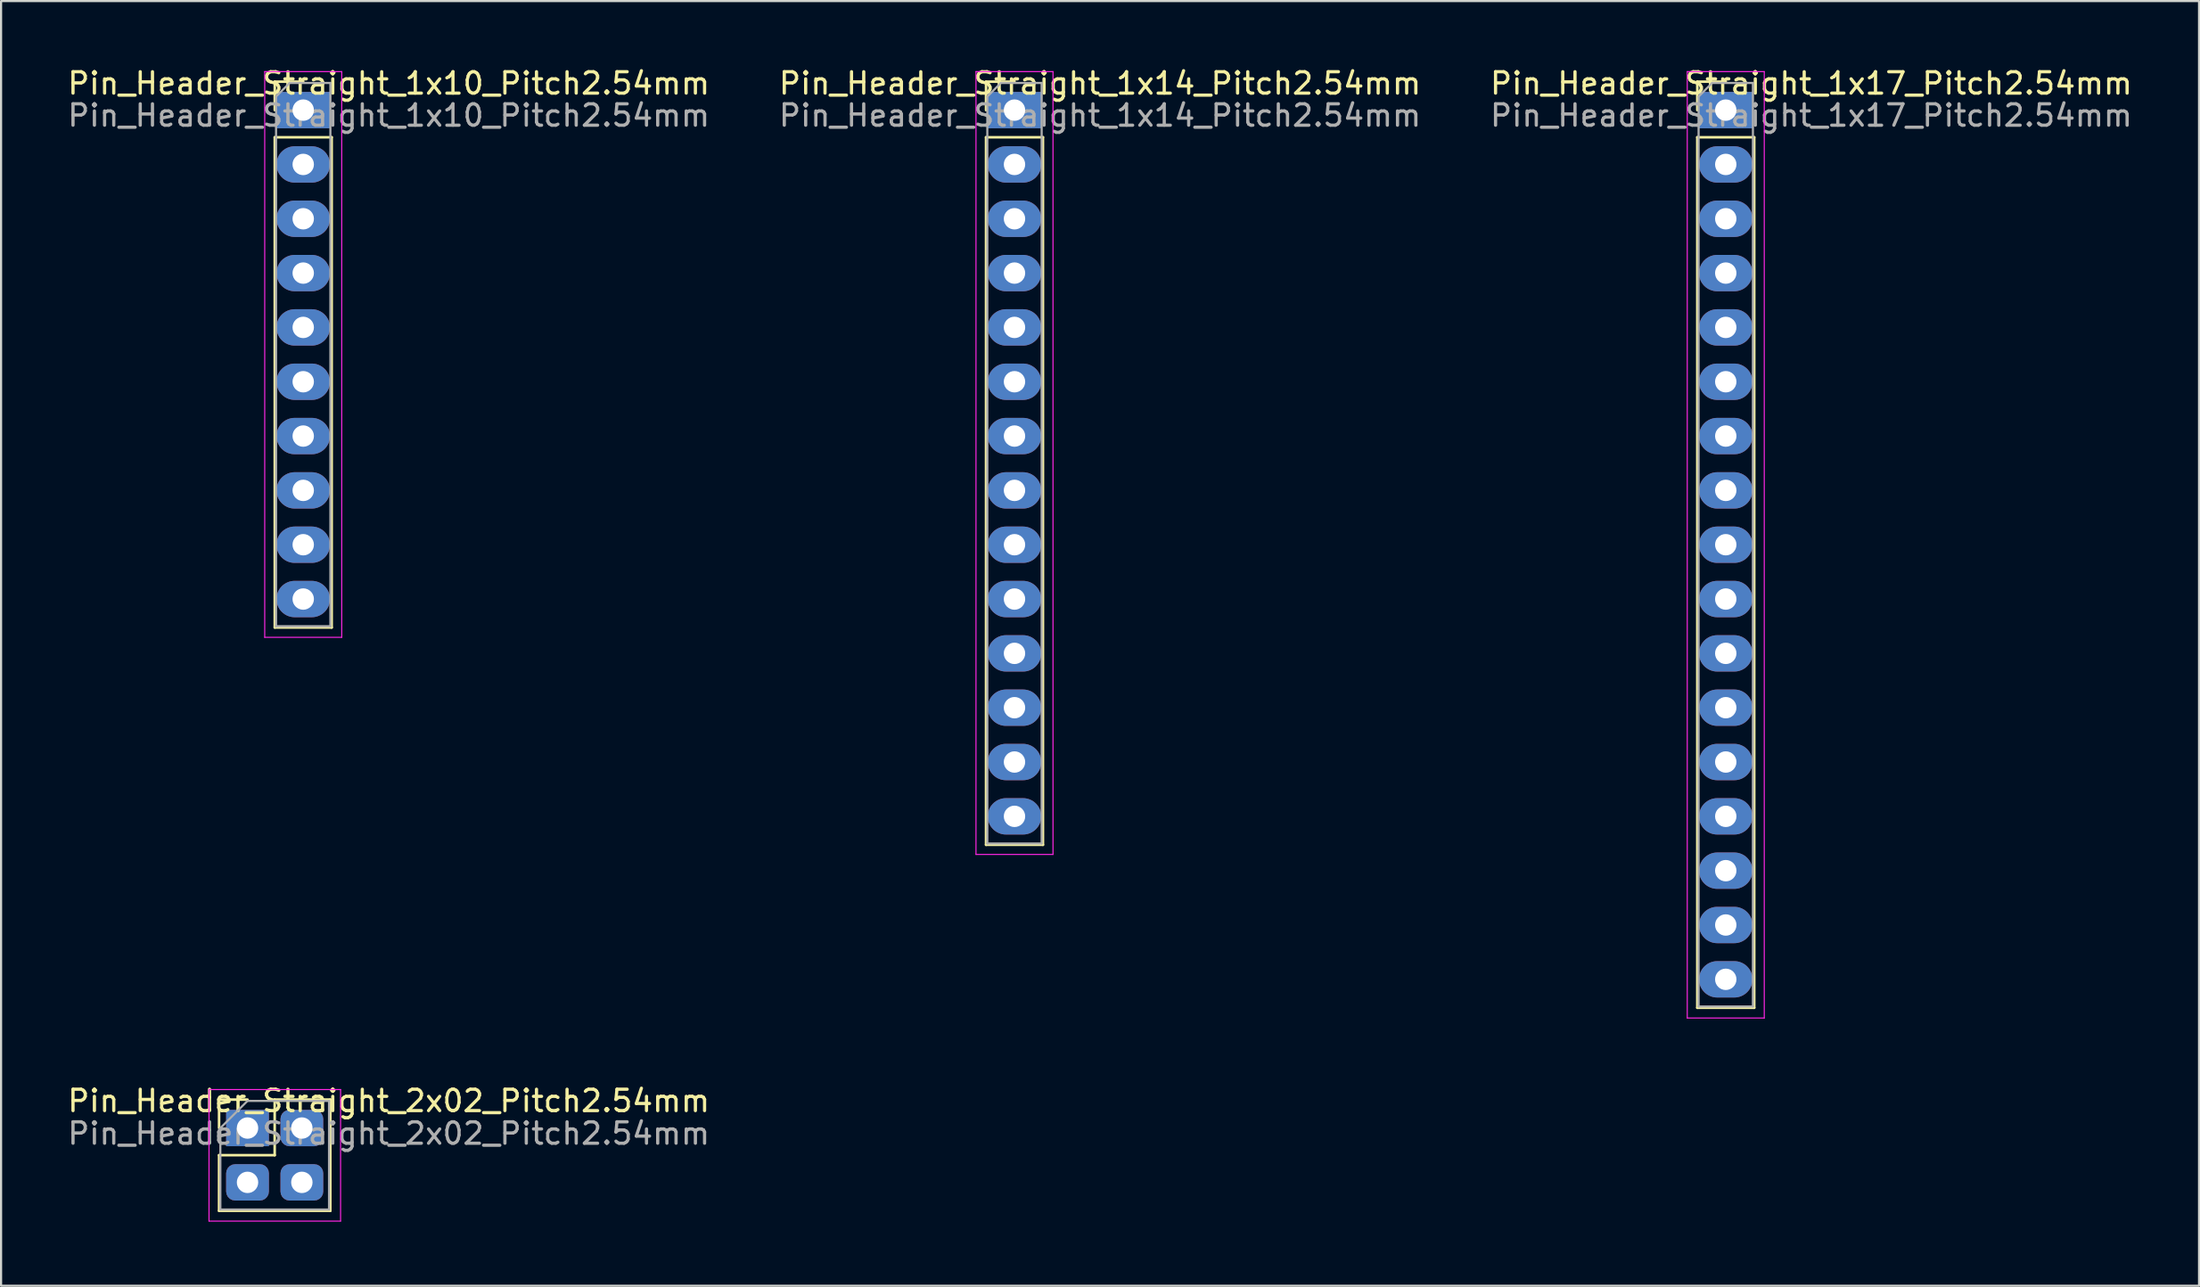
<source format=kicad_pcb>
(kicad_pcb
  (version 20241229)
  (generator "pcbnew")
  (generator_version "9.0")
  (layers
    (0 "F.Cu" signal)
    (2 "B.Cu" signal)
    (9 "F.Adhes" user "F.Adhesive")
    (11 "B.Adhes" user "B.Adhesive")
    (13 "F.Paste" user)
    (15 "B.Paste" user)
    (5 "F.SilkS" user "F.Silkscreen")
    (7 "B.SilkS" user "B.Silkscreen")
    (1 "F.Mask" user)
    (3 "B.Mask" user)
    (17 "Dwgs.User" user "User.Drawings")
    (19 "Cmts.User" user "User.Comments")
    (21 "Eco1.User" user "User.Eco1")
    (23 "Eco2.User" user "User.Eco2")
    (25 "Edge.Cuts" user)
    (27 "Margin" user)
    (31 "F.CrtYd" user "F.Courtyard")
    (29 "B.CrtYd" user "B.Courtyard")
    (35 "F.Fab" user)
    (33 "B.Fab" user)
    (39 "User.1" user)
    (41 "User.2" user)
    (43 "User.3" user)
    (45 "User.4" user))
  (footprint "Pin_Header_Straight_1x10_Pitch2.54mm"
    (layer "F.Cu")
    (at 11.125 2.098)
    (property "Reference" "Pin_Header_Straight_1x10_Pitch2.54mm" (at 4 -1.25 0) (layer "F.SilkS") (effects (font (size 1 1) (thickness 0.15))))
    (attr through_hole)
    (fp_line (start -1.33 -1.33) (end 0 -1.33) (stroke (width 0.12) (type solid)) (layer "F.SilkS"))
    (fp_line (start -1.33 0) (end -1.33 -1.33) (stroke (width 0.12) (type solid)) (layer "F.SilkS"))
    (fp_line (start -1.33 1.27) (end -1.33 24.19) (stroke (width 0.12) (type solid)) (layer "F.SilkS"))
    (fp_line (start -1.33 1.27) (end 1.33 1.27) (stroke (width 0.12) (type solid)) (layer "F.SilkS"))
    (fp_line (start -1.33 24.19) (end 1.33 24.19) (stroke (width 0.12) (type solid)) (layer "F.SilkS"))
    (fp_line (start 1.33 1.27) (end 1.33 24.19) (stroke (width 0.12) (type solid)) (layer "F.SilkS"))
    (fp_line (start -1.8 -1.8) (end -1.8 24.65) (stroke (width 0.05) (type solid)) (layer "F.CrtYd"))
    (fp_line (start -1.8 24.65) (end 1.8 24.65) (stroke (width 0.05) (type solid)) (layer "F.CrtYd"))
    (fp_line (start 1.8 -1.8) (end -1.8 -1.8) (stroke (width 0.05) (type solid)) (layer "F.CrtYd"))
    (fp_line (start 1.8 24.65) (end 1.8 -1.8) (stroke (width 0.05) (type solid)) (layer "F.CrtYd"))
    (fp_line (start -1.27 -0.635) (end -0.635 -1.27) (stroke (width 0.1) (type solid)) (layer "F.Fab"))
    (fp_line (start -1.27 24.13) (end -1.27 -0.635) (stroke (width 0.1) (type solid)) (layer "F.Fab"))
    (fp_line (start -0.635 -1.27) (end 1.27 -1.27) (stroke (width 0.1) (type solid)) (layer "F.Fab"))
    (fp_line (start 1.27 -1.27) (end 1.27 24.13) (stroke (width 0.1) (type solid)) (layer "F.Fab"))
    (fp_line (start 1.27 24.13) (end -1.27 24.13) (stroke (width 0.1) (type solid)) (layer "F.Fab"))
    (fp_text user "${REFERENCE}" (at 4 0.25 180) (layer "F.Fab") (effects (font (size 1 1) (thickness 0.15))))
    (pad "1" thru_hole rect (at 0 0) (size 2.5 1.7) (drill 1) (layers "*.Cu" "*.Mask"))
    (pad "2" thru_hole oval (at 0 2.54) (size 2.5 1.7) (drill 1) (layers "*.Cu" "*.Mask"))
    (pad "3" thru_hole oval (at 0 5.08) (size 2.5 1.7) (drill 1) (layers "*.Cu" "*.Mask"))
    (pad "4" thru_hole oval (at 0 7.62) (size 2.5 1.7) (drill 1) (layers "*.Cu" "*.Mask"))
    (pad "5" thru_hole oval (at 0 10.16) (size 2.5 1.7) (drill 1) (layers "*.Cu" "*.Mask"))
    (pad "6" thru_hole oval (at 0 12.7) (size 2.5 1.7) (drill 1) (layers "*.Cu" "*.Mask"))
    (pad "7" thru_hole oval (at 0 15.24) (size 2.5 1.7) (drill 1) (layers "*.Cu" "*.Mask"))
    (pad "8" thru_hole oval (at 0 17.78) (size 2.5 1.7) (drill 1) (layers "*.Cu" "*.Mask"))
    (pad "9" thru_hole oval (at 0 20.32) (size 2.5 1.7) (drill 1) (layers "*.Cu" "*.Mask"))
    (pad "10" thru_hole oval (at 0 22.86) (size 2.5 1.7) (drill 1) (layers "*.Cu" "*.Mask")))
  (footprint "Pin_Header_Straight_2x02_Pitch2.54mm"
    (layer "F.Cu")
    (at 8.521 49.691)
    (property "Reference" "Pin_Header_Straight_2x02_Pitch2.54mm" (at 6.604 -1.27 0) (layer "F.SilkS") (effects (font (size 1 1) (thickness 0.15))))
    (attr through_hole)
    (fp_line (start -1.33 -1.33) (end 0 -1.33) (stroke (width 0.12) (type solid)) (layer "F.SilkS"))
    (fp_line (start -1.33 0) (end -1.33 -1.33) (stroke (width 0.12) (type solid)) (layer "F.SilkS"))
    (fp_line (start -1.33 1.27) (end -1.33 3.87) (stroke (width 0.12) (type solid)) (layer "F.SilkS"))
    (fp_line (start -1.33 1.27) (end 1.27 1.27) (stroke (width 0.12) (type solid)) (layer "F.SilkS"))
    (fp_line (start -1.33 3.87) (end 3.87 3.87) (stroke (width 0.12) (type solid)) (layer "F.SilkS"))
    (fp_line (start 1.27 -1.33) (end 3.87 -1.33) (stroke (width 0.12) (type solid)) (layer "F.SilkS"))
    (fp_line (start 1.27 1.27) (end 1.27 -1.33) (stroke (width 0.12) (type solid)) (layer "F.SilkS"))
    (fp_line (start 3.87 -1.33) (end 3.87 3.87) (stroke (width 0.12) (type solid)) (layer "F.SilkS"))
    (fp_line (start -1.8 -1.8) (end -1.8 4.35) (stroke (width 0.05) (type solid)) (layer "F.CrtYd"))
    (fp_line (start -1.8 4.35) (end 4.35 4.35) (stroke (width 0.05) (type solid)) (layer "F.CrtYd"))
    (fp_line (start 4.35 -1.8) (end -1.8 -1.8) (stroke (width 0.05) (type solid)) (layer "F.CrtYd"))
    (fp_line (start 4.35 4.35) (end 4.35 -1.8) (stroke (width 0.05) (type solid)) (layer "F.CrtYd"))
    (fp_line (start -1.27 0) (end 0 -1.27) (stroke (width 0.1) (type solid)) (layer "F.Fab"))
    (fp_line (start -1.27 3.81) (end -1.27 0) (stroke (width 0.1) (type solid)) (layer "F.Fab"))
    (fp_line (start 0 -1.27) (end 3.81 -1.27) (stroke (width 0.1) (type solid)) (layer "F.Fab"))
    (fp_line (start 3.81 -1.27) (end 3.81 3.81) (stroke (width 0.1) (type solid)) (layer "F.Fab"))
    (fp_line (start 3.81 3.81) (end -1.27 3.81) (stroke (width 0.1) (type solid)) (layer "F.Fab"))
    (fp_text user "${REFERENCE}" (at 6.604 0.254 180) (layer "F.Fab") (effects (font (size 1 1) (thickness 0.15))))
    (pad "1" thru_hole rect (at 0 0) (size 2 1.7) (drill 1) (layers "*.Cu" "*.Mask"))
    (pad "2" thru_hole roundrect (at 2.54 0) (size 2 1.7) (drill 1) (layers "*.Cu" "*.Mask") (roundrect_rratio 0.25))
    (pad "3" thru_hole roundrect (at 0 2.54) (size 2 1.7) (drill 1) (layers "*.Cu" "*.Mask") (roundrect_rratio 0.25))
    (pad "4" thru_hole roundrect (at 2.54 2.54) (size 2 1.7) (drill 1) (layers "*.Cu" "*.Mask") (roundrect_rratio 0.25)))
  (footprint "Pin_Header_Straight_1x17_Pitch2.54mm"
    (layer "F.Cu")
    (at 77.625 2.098)
    (property "Reference" "Pin_Header_Straight_1x17_Pitch2.54mm" (at 4 -1.25 0) (layer "F.SilkS") (effects (font (size 1 1) (thickness 0.15))))
    (attr through_hole)
    (fp_line (start -1.33 -1.33) (end 0 -1.33) (stroke (width 0.12) (type solid)) (layer "F.SilkS"))
    (fp_line (start -1.33 0) (end -1.33 -1.33) (stroke (width 0.12) (type solid)) (layer "F.SilkS"))
    (fp_line (start -1.33 1.27) (end -1.33 41.97) (stroke (width 0.12) (type solid)) (layer "F.SilkS"))
    (fp_line (start -1.33 1.27) (end 1.33 1.27) (stroke (width 0.12) (type solid)) (layer "F.SilkS"))
    (fp_line (start -1.33 41.97) (end 1.33 41.97) (stroke (width 0.12) (type solid)) (layer "F.SilkS"))
    (fp_line (start 1.33 1.27) (end 1.33 41.97) (stroke (width 0.12) (type solid)) (layer "F.SilkS"))
    (fp_line (start -1.8 -1.8) (end -1.8 42.45) (stroke (width 0.05) (type solid)) (layer "F.CrtYd"))
    (fp_line (start -1.8 42.45) (end 1.8 42.45) (stroke (width 0.05) (type solid)) (layer "F.CrtYd"))
    (fp_line (start 1.8 -1.8) (end -1.8 -1.8) (stroke (width 0.05) (type solid)) (layer "F.CrtYd"))
    (fp_line (start 1.8 42.45) (end 1.8 -1.8) (stroke (width 0.05) (type solid)) (layer "F.CrtYd"))
    (fp_line (start -1.27 -0.635) (end -0.635 -1.27) (stroke (width 0.1) (type solid)) (layer "F.Fab"))
    (fp_line (start -1.27 41.91) (end -1.27 -0.635) (stroke (width 0.1) (type solid)) (layer "F.Fab"))
    (fp_line (start -0.635 -1.27) (end 1.27 -1.27) (stroke (width 0.1) (type solid)) (layer "F.Fab"))
    (fp_line (start 1.27 -1.27) (end 1.27 41.91) (stroke (width 0.1) (type solid)) (layer "F.Fab"))
    (fp_line (start 1.27 41.91) (end -1.27 41.91) (stroke (width 0.1) (type solid)) (layer "F.Fab"))
    (fp_text user "${REFERENCE}" (at 4 0.25 180) (layer "F.Fab") (effects (font (size 1 1) (thickness 0.15))))
    (pad "1" thru_hole rect (at 0 0) (size 2.5 1.7) (drill 1) (layers "*.Cu" "*.Mask"))
    (pad "2" thru_hole oval (at 0 2.54) (size 2.5 1.7) (drill 1) (layers "*.Cu" "*.Mask"))
    (pad "3" thru_hole oval (at 0 5.08) (size 2.5 1.7) (drill 1) (layers "*.Cu" "*.Mask"))
    (pad "4" thru_hole oval (at 0 7.62) (size 2.5 1.7) (drill 1) (layers "*.Cu" "*.Mask"))
    (pad "5" thru_hole oval (at 0 10.16) (size 2.5 1.7) (drill 1) (layers "*.Cu" "*.Mask"))
    (pad "6" thru_hole oval (at 0 12.7) (size 2.5 1.7) (drill 1) (layers "*.Cu" "*.Mask"))
    (pad "7" thru_hole oval (at 0 15.24) (size 2.5 1.7) (drill 1) (layers "*.Cu" "*.Mask"))
    (pad "8" thru_hole oval (at 0 17.78) (size 2.5 1.7) (drill 1) (layers "*.Cu" "*.Mask"))
    (pad "9" thru_hole oval (at 0 20.32) (size 2.5 1.7) (drill 1) (layers "*.Cu" "*.Mask"))
    (pad "10" thru_hole oval (at 0 22.86) (size 2.5 1.7) (drill 1) (layers "*.Cu" "*.Mask"))
    (pad "11" thru_hole oval (at 0 25.4) (size 2.5 1.7) (drill 1) (layers "*.Cu" "*.Mask"))
    (pad "12" thru_hole oval (at 0 27.94) (size 2.5 1.7) (drill 1) (layers "*.Cu" "*.Mask"))
    (pad "13" thru_hole oval (at 0 30.48) (size 2.5 1.7) (drill 1) (layers "*.Cu" "*.Mask"))
    (pad "14" thru_hole oval (at 0 33.02) (size 2.5 1.7) (drill 1) (layers "*.Cu" "*.Mask"))
    (pad "15" thru_hole oval (at 0 35.56) (size 2.5 1.7) (drill 1) (layers "*.Cu" "*.Mask"))
    (pad "16" thru_hole oval (at 0 38.1) (size 2.5 1.7) (drill 1) (layers "*.Cu" "*.Mask"))
    (pad "17" thru_hole oval (at 0 40.64) (size 2.5 1.7) (drill 1) (layers "*.Cu" "*.Mask")))
  (footprint "Pin_Header_Straight_1x14_Pitch2.54mm"
    (layer "F.Cu")
    (at 44.375 2.098)
    (property "Reference" "Pin_Header_Straight_1x14_Pitch2.54mm" (at 4 -1.25 0) (layer "F.SilkS") (effects (font (size 1 1) (thickness 0.15))))
    (attr through_hole)
    (fp_line (start -1.33 -1.33) (end 0 -1.33) (stroke (width 0.12) (type solid)) (layer "F.SilkS"))
    (fp_line (start -1.33 0) (end -1.33 -1.33) (stroke (width 0.12) (type solid)) (layer "F.SilkS"))
    (fp_line (start -1.33 1.27) (end -1.33 34.35) (stroke (width 0.12) (type solid)) (layer "F.SilkS"))
    (fp_line (start -1.33 1.27) (end 1.33 1.27) (stroke (width 0.12) (type solid)) (layer "F.SilkS"))
    (fp_line (start -1.33 34.35) (end 1.33 34.35) (stroke (width 0.12) (type solid)) (layer "F.SilkS"))
    (fp_line (start 1.33 1.27) (end 1.33 34.35) (stroke (width 0.12) (type solid)) (layer "F.SilkS"))
    (fp_line (start -1.8 -1.8) (end -1.8 34.8) (stroke (width 0.05) (type solid)) (layer "F.CrtYd"))
    (fp_line (start -1.8 34.8) (end 1.8 34.8) (stroke (width 0.05) (type solid)) (layer "F.CrtYd"))
    (fp_line (start 1.8 -1.8) (end -1.8 -1.8) (stroke (width 0.05) (type solid)) (layer "F.CrtYd"))
    (fp_line (start 1.8 34.8) (end 1.8 -1.8) (stroke (width 0.05) (type solid)) (layer "F.CrtYd"))
    (fp_line (start -1.27 -0.635) (end -0.635 -1.27) (stroke (width 0.1) (type solid)) (layer "F.Fab"))
    (fp_line (start -1.27 34.29) (end -1.27 -0.635) (stroke (width 0.1) (type solid)) (layer "F.Fab"))
    (fp_line (start -0.635 -1.27) (end 1.27 -1.27) (stroke (width 0.1) (type solid)) (layer "F.Fab"))
    (fp_line (start 1.27 -1.27) (end 1.27 34.29) (stroke (width 0.1) (type solid)) (layer "F.Fab"))
    (fp_line (start 1.27 34.29) (end -1.27 34.29) (stroke (width 0.1) (type solid)) (layer "F.Fab"))
    (fp_text user "${REFERENCE}" (at 4 0.25 180) (layer "F.Fab") (effects (font (size 1 1) (thickness 0.15))))
    (pad "1" thru_hole rect (at 0 0) (size 2.5 1.7) (drill 1) (layers "*.Cu" "*.Mask"))
    (pad "2" thru_hole oval (at 0 2.54) (size 2.5 1.7) (drill 1) (layers "*.Cu" "*.Mask"))
    (pad "3" thru_hole oval (at 0 5.08) (size 2.5 1.7) (drill 1) (layers "*.Cu" "*.Mask"))
    (pad "4" thru_hole oval (at 0 7.62) (size 2.5 1.7) (drill 1) (layers "*.Cu" "*.Mask"))
    (pad "5" thru_hole oval (at 0 10.16) (size 2.5 1.7) (drill 1) (layers "*.Cu" "*.Mask"))
    (pad "6" thru_hole oval (at 0 12.7) (size 2.5 1.7) (drill 1) (layers "*.Cu" "*.Mask"))
    (pad "7" thru_hole oval (at 0 15.24) (size 2.5 1.7) (drill 1) (layers "*.Cu" "*.Mask"))
    (pad "8" thru_hole oval (at 0 17.78) (size 2.5 1.7) (drill 1) (layers "*.Cu" "*.Mask"))
    (pad "9" thru_hole oval (at 0 20.32) (size 2.5 1.7) (drill 1) (layers "*.Cu" "*.Mask"))
    (pad "10" thru_hole oval (at 0 22.86) (size 2.5 1.7) (drill 1) (layers "*.Cu" "*.Mask"))
    (pad "11" thru_hole oval (at 0 25.4) (size 2.5 1.7) (drill 1) (layers "*.Cu" "*.Mask"))
    (pad "12" thru_hole oval (at 0 27.94) (size 2.5 1.7) (drill 1) (layers "*.Cu" "*.Mask"))
    (pad "13" thru_hole oval (at 0 30.48) (size 2.5 1.7) (drill 1) (layers "*.Cu" "*.Mask"))
    (pad "14" thru_hole oval (at 0 33.02) (size 2.5 1.7) (drill 1) (layers "*.Cu" "*.Mask")))
  (gr_rect
    (start -3 -3)
    (end 99.75 57.066)
    (stroke (width 0.1) (type default))
    (fill no)
    (layer "Edge.Cuts")))
</source>
